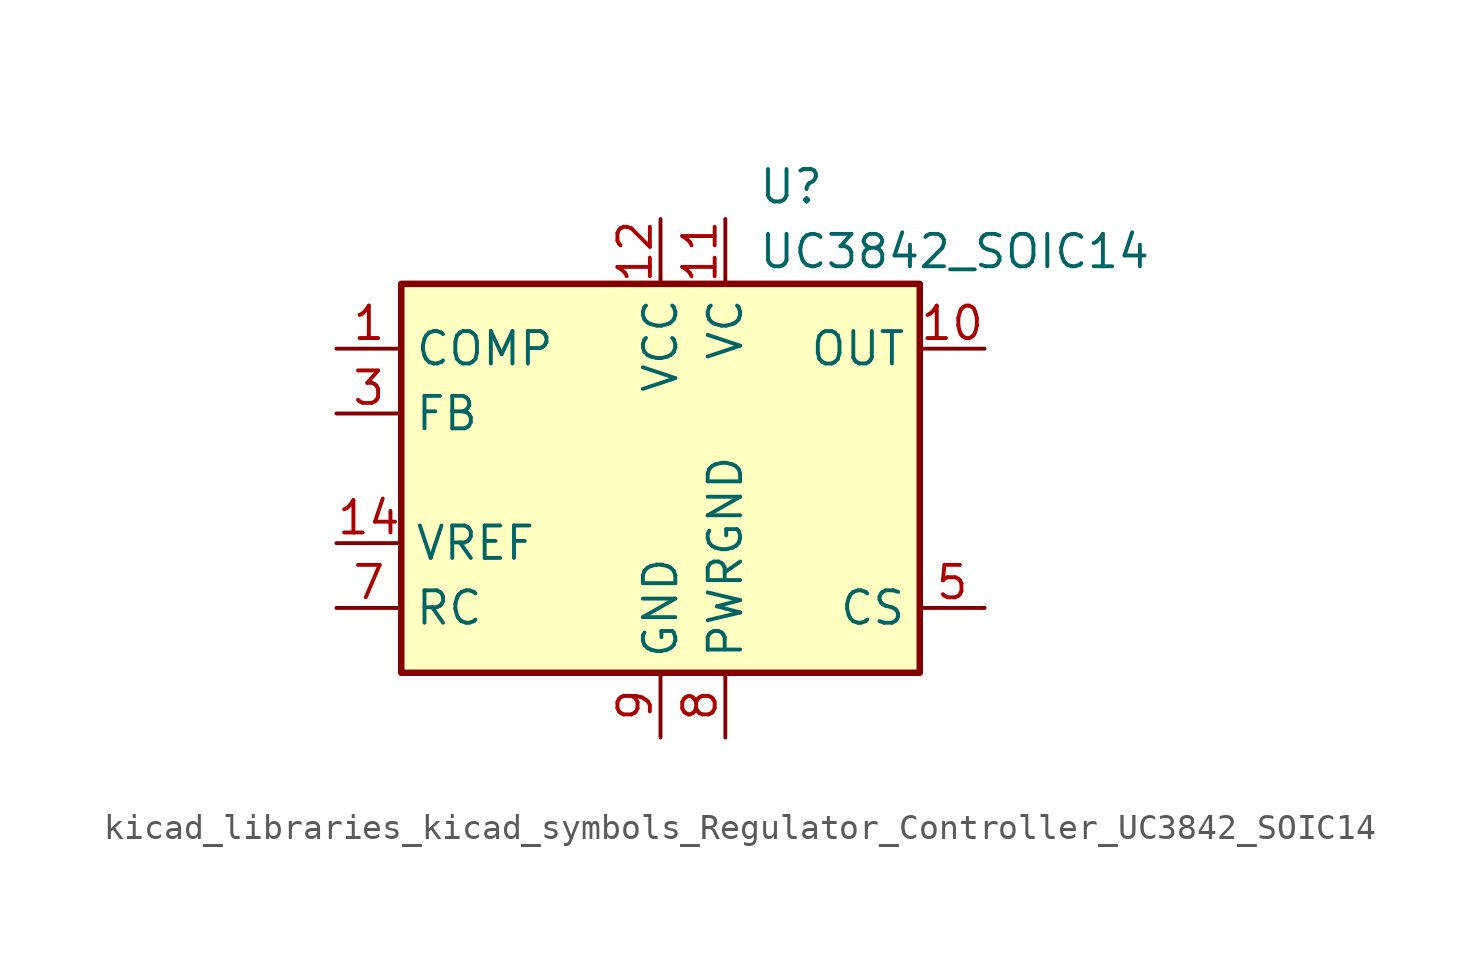
<source format=kicad_sym>
(kicad_symbol_lib
  (version 20220914)
  (generator kicad_symbol_editor)
  (symbol "kicad_libraries_kicad_symbols_Regulator_Controller_UC3842_SOIC14"
    (property "Reference" "U"
      (at 3.81 11.43 0)
      (effects (font (size 1.27 1.27)) (justify left)))
    (property "Value" "UC3842_SOIC14"
      (at 3.81 8.89 0)
      (effects (font (size 1.27 1.27)) (justify left)))
    (symbol "kicad_libraries_kicad_symbols_Regulator_Controller_UC3842_SOIC14_0_1"
      (rectangle (start -10.16 -7.62) (end 10.16 7.62) (stroke (width 0.254) (type default)) (fill (type background))))
    (symbol "kicad_libraries_kicad_symbols_Regulator_Controller_UC3842_SOIC14_1_1"
      (pin passive line (at -12.7 5.08 0) (length 2.54) (name "COMP" (effects (font (size 1.27 1.27)))) (number "1" (effects (font (size 1.27 1.27)))))
      (pin output line (at 12.7 5.08 180) (length 2.54) (name "OUT" (effects (font (size 1.27 1.27)))) (number "10" (effects (font (size 1.27 1.27)))))
      (pin power_in line (at 2.54 10.16 270) (length 2.54) (name "VC" (effects (font (size 1.27 1.27)))) (number "11" (effects (font (size 1.27 1.27)))))
      (pin power_in line (at 0 10.16 270) (length 2.54) (name "VCC" (effects (font (size 1.27 1.27)))) (number "12" (effects (font (size 1.27 1.27)))))
      (pin no_connect line (at -2.54 -7.62 90) (length 2.54) hide (name "NC" (effects (font (size 1.27 1.27)))) (number "13" (effects (font (size 1.27 1.27)))))
      (pin power_out line (at -12.7 -2.54 0) (length 2.54) (name "VREF" (effects (font (size 1.27 1.27)))) (number "14" (effects (font (size 1.27 1.27)))))
      (pin no_connect line (at -10.16 -7.62 90) (length 2.54) hide (name "NC" (effects (font (size 1.27 1.27)))) (number "2" (effects (font (size 1.27 1.27)))))
      (pin input line (at -12.7 2.54 0) (length 2.54) (name "FB" (effects (font (size 1.27 1.27)))) (number "3" (effects (font (size 1.27 1.27)))))
      (pin no_connect line (at -7.62 -7.62 90) (length 2.54) hide (name "NC" (effects (font (size 1.27 1.27)))) (number "4" (effects (font (size 1.27 1.27)))))
      (pin input line (at 12.7 -5.08 180) (length 2.54) (name "CS" (effects (font (size 1.27 1.27)))) (number "5" (effects (font (size 1.27 1.27)))))
      (pin no_connect line (at -5.08 -7.62 90) (length 2.54) hide (name "NC" (effects (font (size 1.27 1.27)))) (number "6" (effects (font (size 1.27 1.27)))))
      (pin passive line (at -12.7 -5.08 0) (length 2.54) (name "RC" (effects (font (size 1.27 1.27)))) (number "7" (effects (font (size 1.27 1.27)))))
      (pin power_in line (at 2.54 -10.16 90) (length 2.54) (name "PWRGND" (effects (font (size 1.27 1.27)))) (number "8" (effects (font (size 1.27 1.27)))))
      (pin power_in line (at 0 -10.16 90) (length 2.54) (name "GND" (effects (font (size 1.27 1.27)))) (number "9" (effects (font (size 1.27 1.27))))))))
</source>
